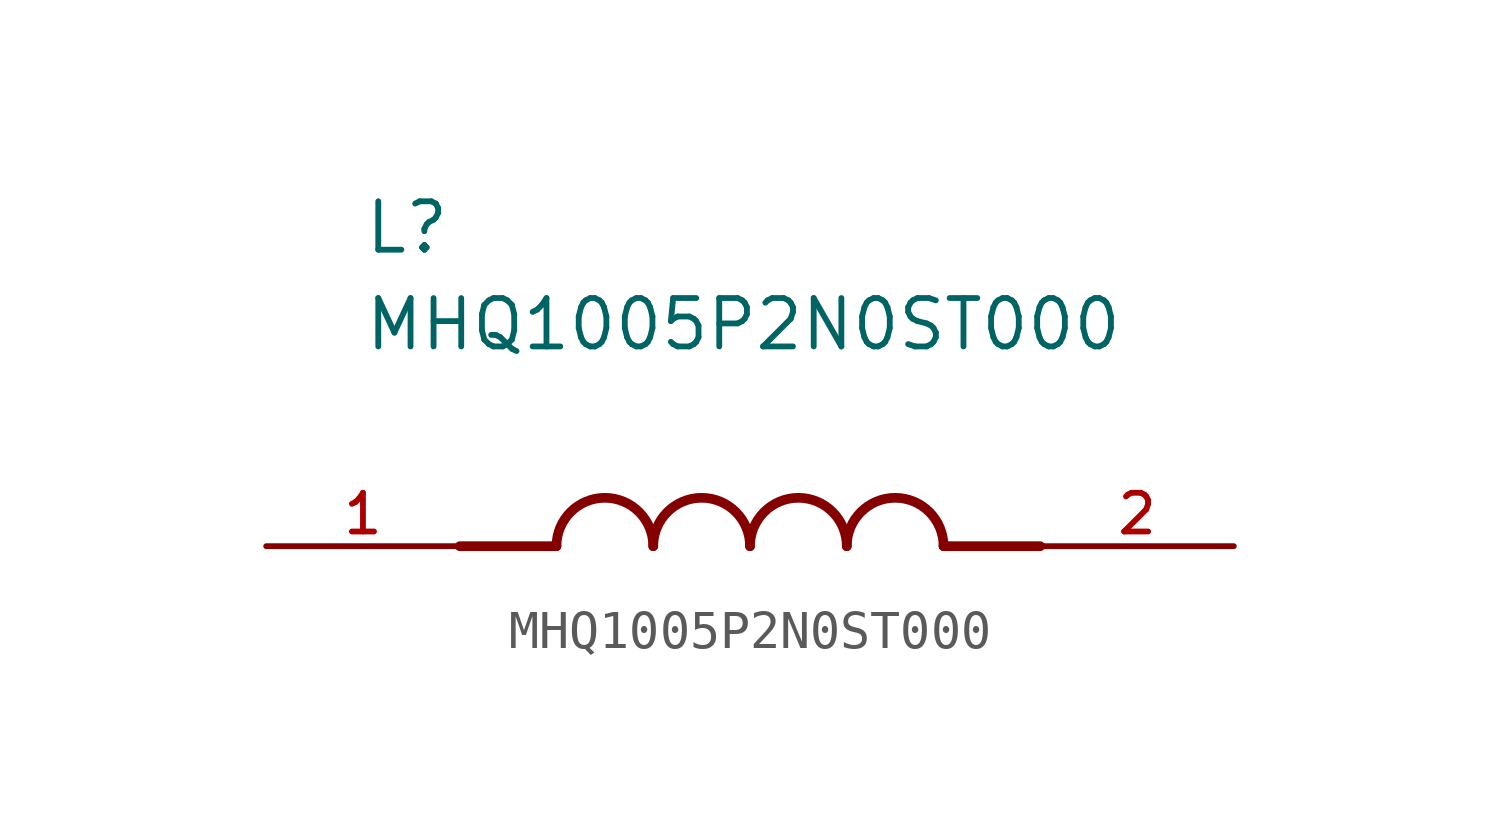
<source format=kicad_sym>
(kicad_symbol_lib
  (version 20211014)
  (generator kicad_symbol_editor)
  (symbol "MHQ1005P2N0ST000"
    (pin_names
      (offset 1.016))
    (property "Reference" "L"
      (at -10.16 7.62 0)
      (effects (font (size 1.27 1.27)) (justify bottom left)))
    (property "Value" "MHQ1005P2N0ST000"
      (at -10.16 5.08 0)
      (effects (font (size 1.27 1.27)) (justify bottom left)))
    (symbol "MHQ1005P2N0ST000_0_0"
      (polyline (pts (xy -5.08 0.0) (xy -7.62 0.0)) (stroke (width 0.254)))
      (polyline (pts (xy 5.08 0.0) (xy 7.62 0.0)) (stroke (width 0.254)))
      (arc (start -2.54 0.0) (mid -3.81 1.27) (end -5.08 0.0) (stroke (width 0.254) (type default) (color 0 0 0 0)) (fill (type none)))
      (arc (start 0.0 0.0) (mid -1.27 1.27) (end -2.54 0.0) (stroke (width 0.254) (type default) (color 0 0 0 0)) (fill (type none)))
      (arc (start 2.54 0.0) (mid 1.27 1.27) (end 0.0 0.0) (stroke (width 0.254) (type default) (color 0 0 0 0)) (fill (type none)))
      (arc (start 5.08 0.0) (mid 3.81 1.27) (end 2.54 0.0) (stroke (width 0.254) (type default) (color 0 0 0 0)) (fill (type none)))
      (pin passive line (at -12.7 0.0 0) (length 5.08) (name "~" (effects (font (size 1.016 1.016)))) (number "1" (effects (font (size 1.016 1.016)))))
      (pin passive line (at 12.7 0.0 180.0) (length 5.08) (name "~" (effects (font (size 1.016 1.016)))) (number "2" (effects (font (size 1.016 1.016))))))))
</source>
